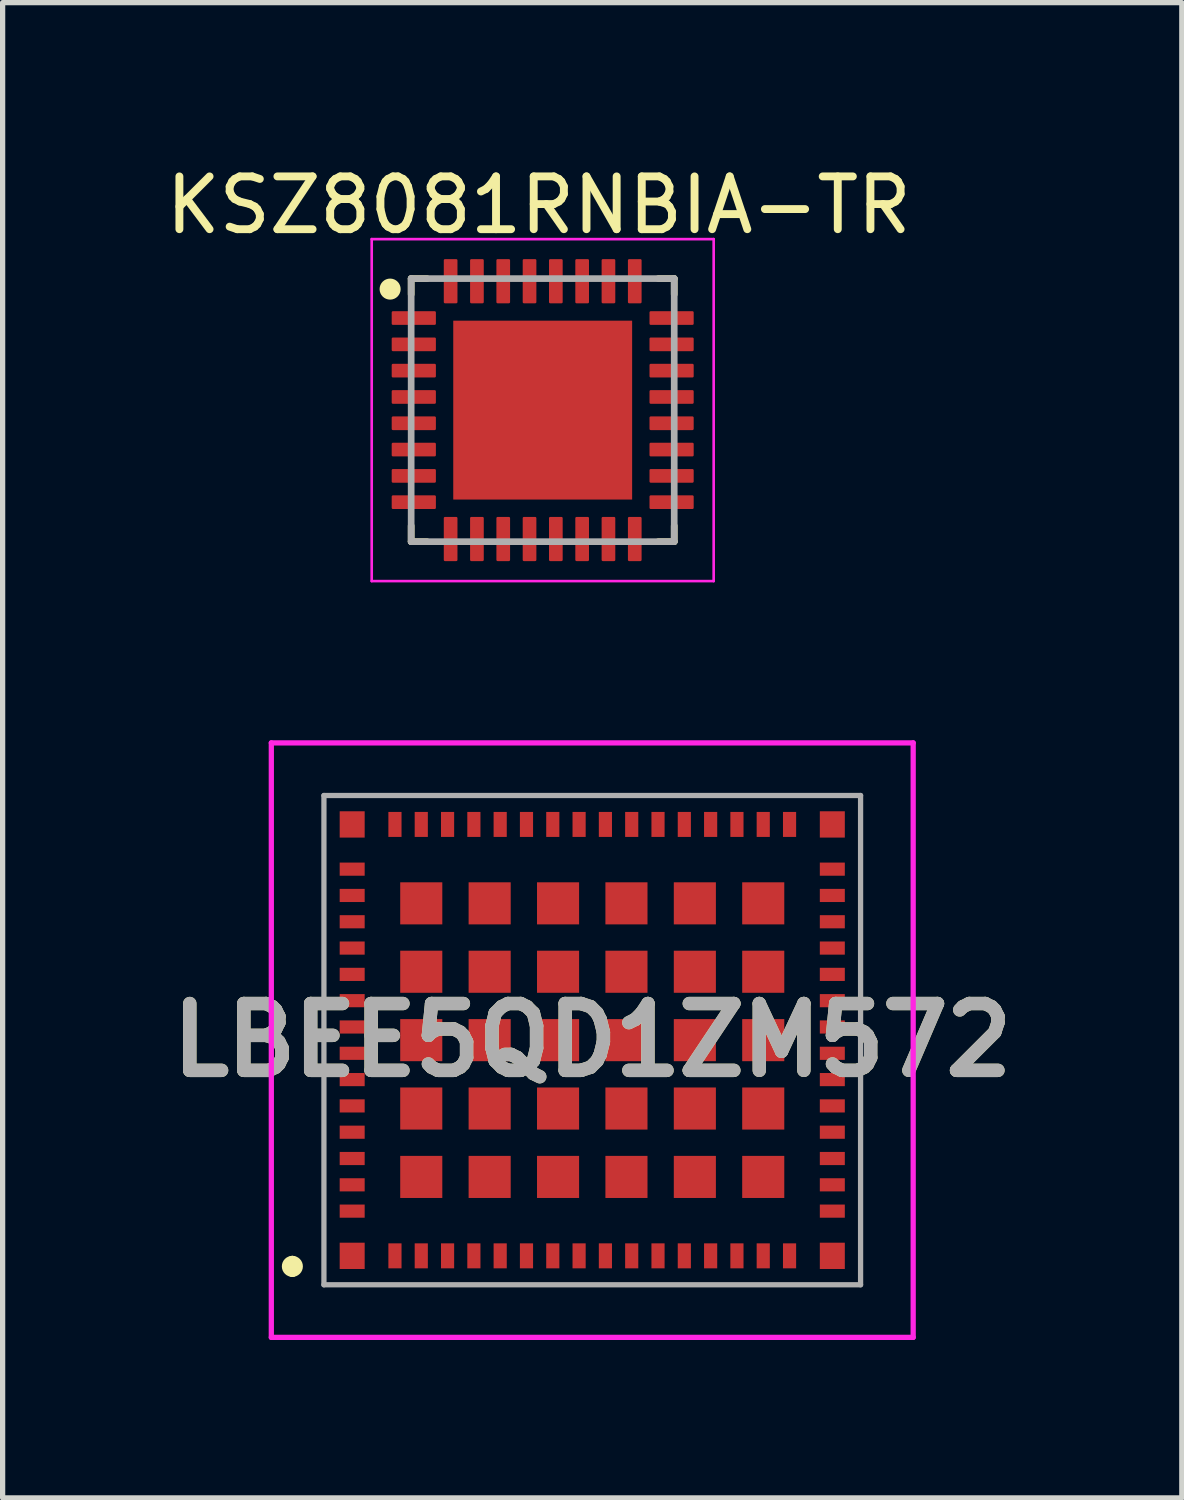
<source format=kicad_pcb>
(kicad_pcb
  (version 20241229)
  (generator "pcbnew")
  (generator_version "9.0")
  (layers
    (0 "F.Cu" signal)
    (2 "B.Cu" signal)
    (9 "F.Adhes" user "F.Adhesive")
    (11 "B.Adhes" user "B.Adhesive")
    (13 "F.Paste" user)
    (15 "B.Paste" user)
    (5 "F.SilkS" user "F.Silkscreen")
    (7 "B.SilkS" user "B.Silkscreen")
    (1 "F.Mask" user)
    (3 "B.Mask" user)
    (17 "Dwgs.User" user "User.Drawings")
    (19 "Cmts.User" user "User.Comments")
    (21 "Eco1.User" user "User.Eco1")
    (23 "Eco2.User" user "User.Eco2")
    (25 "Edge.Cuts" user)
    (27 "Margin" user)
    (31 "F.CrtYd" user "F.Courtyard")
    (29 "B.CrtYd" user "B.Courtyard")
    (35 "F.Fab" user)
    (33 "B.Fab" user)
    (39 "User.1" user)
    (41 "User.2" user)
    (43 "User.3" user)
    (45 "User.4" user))
  (footprint "KSZ8081RNBIA-TR"
    (layer "F.Cu")
    (at 7.265 4.745)
    (property "Reference" "KSZ8081RNBIA-TR" (at -0.075 -3.895 0) (layer "F.SilkS") (effects (font (size 1.003 1.003) (thickness 0.15))))
    (attr smd)
    (fp_line (start -2.5 -2.5) (end -2.5 -2.2) (stroke (width 0.127) (type solid)) (layer "F.SilkS"))
    (fp_line (start -2.5 2.2) (end -2.5 2.5) (stroke (width 0.127) (type solid)) (layer "F.SilkS"))
    (fp_line (start -2.5 2.5) (end -2.2 2.5) (stroke (width 0.127) (type solid)) (layer "F.SilkS"))
    (fp_line (start -2.2 -2.5) (end -2.5 -2.5) (stroke (width 0.127) (type solid)) (layer "F.SilkS"))
    (fp_line (start 2.2 -2.5) (end 2.5 -2.5) (stroke (width 0.127) (type solid)) (layer "F.SilkS"))
    (fp_line (start 2.2 2.5) (end 2.5 2.5) (stroke (width 0.127) (type solid)) (layer "F.SilkS"))
    (fp_line (start 2.5 -2.5) (end 2.5 -2.2) (stroke (width 0.127) (type solid)) (layer "F.SilkS"))
    (fp_line (start 2.5 2.5) (end 2.5 2.2) (stroke (width 0.127) (type solid)) (layer "F.SilkS"))
    (fp_circle (center -2.9 -2.3) (end -2.8 -2.3) (stroke (width 0.2) (type solid)) (fill no) (layer "F.SilkS"))
    (fp_poly (pts (xy -1.507 -1.505) (xy -0.635 -1.505) (xy -0.635 -0.636) (xy -1.507 -0.636)) (stroke (width 0.01) (type solid)) (fill yes) (layer "F.Paste"))
    (fp_poly (pts (xy -1.507 -0.435) (xy -0.635 -0.435) (xy -0.635 0.436) (xy -1.507 0.436)) (stroke (width 0.01) (type solid)) (fill yes) (layer "F.Paste"))
    (fp_poly (pts (xy -1.507 0.635) (xy -0.635 0.635) (xy -0.635 1.507) (xy -1.507 1.507)) (stroke (width 0.01) (type solid)) (fill yes) (layer "F.Paste"))
    (fp_poly (pts (xy -0.436 -0.435) (xy 0.435 -0.435) (xy 0.435 0.436) (xy -0.436 0.436)) (stroke (width 0.01) (type solid)) (fill yes) (layer "F.Paste"))
    (fp_poly (pts (xy -0.435 -1.505) (xy 0.435 -1.505) (xy 0.435 -0.636) (xy -0.435 -0.636)) (stroke (width 0.01) (type solid)) (fill yes) (layer "F.Paste"))
    (fp_poly (pts (xy -0.435 0.635) (xy 0.435 0.635) (xy 0.435 1.506) (xy -0.435 1.506)) (stroke (width 0.01) (type solid)) (fill yes) (layer "F.Paste"))
    (fp_poly (pts (xy 0.635 -0.435) (xy 1.505 -0.435) (xy 1.505 0.435) (xy 0.635 0.435)) (stroke (width 0.01) (type solid)) (fill yes) (layer "F.Paste"))
    (fp_poly (pts (xy 0.636 0.635) (xy 1.505 0.635) (xy 1.505 1.507) (xy 0.636 1.507)) (stroke (width 0.01) (type solid)) (fill yes) (layer "F.Paste"))
    (fp_poly (pts (xy 0.636 -1.505) (xy 1.505 -1.505) (xy 1.505 -0.636) (xy 0.636 -0.636)) (stroke (width 0.01) (type solid)) (fill yes) (layer "F.Paste"))
    (fp_line (start -3.25 -3.25) (end 3.25 -3.25) (stroke (width 0.05) (type solid)) (layer "F.CrtYd"))
    (fp_line (start -3.25 3.25) (end -3.25 -3.25) (stroke (width 0.05) (type solid)) (layer "F.CrtYd"))
    (fp_line (start 3.25 -3.25) (end 3.25 3.25) (stroke (width 0.05) (type solid)) (layer "F.CrtYd"))
    (fp_line (start 3.25 3.25) (end -3.25 3.25) (stroke (width 0.05) (type solid)) (layer "F.CrtYd"))
    (fp_line (start -2.5 -2.5) (end 2.5 -2.5) (stroke (width 0.127) (type solid)) (layer "F.Fab"))
    (fp_line (start -2.5 2.5) (end -2.5 -2.5) (stroke (width 0.127) (type solid)) (layer "F.Fab"))
    (fp_line (start 2.5 -2.5) (end 2.5 2.5) (stroke (width 0.127) (type solid)) (layer "F.Fab"))
    (fp_line (start 2.5 2.5) (end -2.5 2.5) (stroke (width 0.127) (type solid)) (layer "F.Fab"))
    (pad "1" smd roundrect (at -2.45 -1.75) (size 0.84 0.26) (layers "F.Cu" "F.Mask" "F.Paste") (roundrect_rratio 0.09))
    (pad "2" smd roundrect (at -2.45 -1.25) (size 0.84 0.26) (layers "F.Cu" "F.Mask" "F.Paste") (roundrect_rratio 0.09))
    (pad "3" smd roundrect (at -2.45 -0.75) (size 0.84 0.26) (layers "F.Cu" "F.Mask" "F.Paste") (roundrect_rratio 0.09))
    (pad "4" smd roundrect (at -2.45 -0.25) (size 0.84 0.26) (layers "F.Cu" "F.Mask" "F.Paste") (roundrect_rratio 0.09))
    (pad "5" smd roundrect (at -2.45 0.25) (size 0.84 0.26) (layers "F.Cu" "F.Mask" "F.Paste") (roundrect_rratio 0.09))
    (pad "6" smd roundrect (at -2.45 0.75) (size 0.84 0.26) (layers "F.Cu" "F.Mask" "F.Paste") (roundrect_rratio 0.09))
    (pad "7" smd roundrect (at -2.45 1.25) (size 0.84 0.26) (layers "F.Cu" "F.Mask" "F.Paste") (roundrect_rratio 0.09))
    (pad "8" smd roundrect (at -2.45 1.75) (size 0.84 0.26) (layers "F.Cu" "F.Mask" "F.Paste") (roundrect_rratio 0.09))
    (pad "9" smd roundrect (at -1.75 2.45 90) (size 0.84 0.26) (layers "F.Cu" "F.Mask" "F.Paste") (roundrect_rratio 0.09))
    (pad "10" smd roundrect (at -1.25 2.45 90) (size 0.84 0.26) (layers "F.Cu" "F.Mask" "F.Paste") (roundrect_rratio 0.09))
    (pad "11" smd roundrect (at -0.75 2.45 90) (size 0.84 0.26) (layers "F.Cu" "F.Mask" "F.Paste") (roundrect_rratio 0.09))
    (pad "12" smd roundrect (at -0.25 2.45 90) (size 0.84 0.26) (layers "F.Cu" "F.Mask" "F.Paste") (roundrect_rratio 0.09))
    (pad "13" smd roundrect (at 0.25 2.45 90) (size 0.84 0.26) (layers "F.Cu" "F.Mask" "F.Paste") (roundrect_rratio 0.09))
    (pad "14" smd roundrect (at 0.75 2.45 90) (size 0.84 0.26) (layers "F.Cu" "F.Mask" "F.Paste") (roundrect_rratio 0.09))
    (pad "15" smd roundrect (at 1.25 2.45 90) (size 0.84 0.26) (layers "F.Cu" "F.Mask" "F.Paste") (roundrect_rratio 0.09))
    (pad "16" smd roundrect (at 1.75 2.45 90) (size 0.84 0.26) (layers "F.Cu" "F.Mask" "F.Paste") (roundrect_rratio 0.09))
    (pad "17" smd roundrect (at 2.45 1.75 180) (size 0.84 0.26) (layers "F.Cu" "F.Mask" "F.Paste") (roundrect_rratio 0.09))
    (pad "18" smd roundrect (at 2.45 1.25 180) (size 0.84 0.26) (layers "F.Cu" "F.Mask" "F.Paste") (roundrect_rratio 0.09))
    (pad "19" smd roundrect (at 2.45 0.75 180) (size 0.84 0.26) (layers "F.Cu" "F.Mask" "F.Paste") (roundrect_rratio 0.09))
    (pad "20" smd roundrect (at 2.45 0.25 180) (size 0.84 0.26) (layers "F.Cu" "F.Mask" "F.Paste") (roundrect_rratio 0.09))
    (pad "21" smd roundrect (at 2.45 -0.25 180) (size 0.84 0.26) (layers "F.Cu" "F.Mask" "F.Paste") (roundrect_rratio 0.09))
    (pad "22" smd roundrect (at 2.45 -0.75 180) (size 0.84 0.26) (layers "F.Cu" "F.Mask" "F.Paste") (roundrect_rratio 0.09))
    (pad "23" smd roundrect (at 2.45 -1.25 180) (size 0.84 0.26) (layers "F.Cu" "F.Mask" "F.Paste") (roundrect_rratio 0.09))
    (pad "24" smd roundrect (at 2.45 -1.75 180) (size 0.84 0.26) (layers "F.Cu" "F.Mask" "F.Paste") (roundrect_rratio 0.09))
    (pad "25" smd roundrect (at 1.75 -2.45 270) (size 0.84 0.26) (layers "F.Cu" "F.Mask" "F.Paste") (roundrect_rratio 0.09))
    (pad "26" smd roundrect (at 1.25 -2.45 270) (size 0.84 0.26) (layers "F.Cu" "F.Mask" "F.Paste") (roundrect_rratio 0.09))
    (pad "27" smd roundrect (at 0.75 -2.45 270) (size 0.84 0.26) (layers "F.Cu" "F.Mask" "F.Paste") (roundrect_rratio 0.09))
    (pad "28" smd roundrect (at 0.25 -2.45 270) (size 0.84 0.26) (layers "F.Cu" "F.Mask" "F.Paste") (roundrect_rratio 0.09))
    (pad "29" smd roundrect (at -0.25 -2.45 270) (size 0.84 0.26) (layers "F.Cu" "F.Mask" "F.Paste") (roundrect_rratio 0.09))
    (pad "30" smd roundrect (at -0.75 -2.45 270) (size 0.84 0.26) (layers "F.Cu" "F.Mask" "F.Paste") (roundrect_rratio 0.09))
    (pad "31" smd roundrect (at -1.25 -2.45 270) (size 0.84 0.26) (layers "F.Cu" "F.Mask" "F.Paste") (roundrect_rratio 0.09))
    (pad "32" smd roundrect (at -1.75 -2.45 270) (size 0.84 0.26) (layers "F.Cu" "F.Mask" "F.Paste") (roundrect_rratio 0.09))
    (pad "33" smd rect (at 0 0) (size 3.4 3.4) (layers "F.Cu" "F.Mask")))
  (footprint "LBEE5QD1ZM572"
    (layer "F.Cu")
    (at 8.207 16.72)
    (property "Reference" "LBEE5QD1ZM572" (at 0 0 0) (layer "F.SilkS") (effects (font (size 1.27 1.27) (thickness 0.254))))
    (attr smd)
    (fp_line (start -5.7 4.2) (end -5.7 4.2) (stroke (width 0.2) (type solid)) (layer "F.SilkS"))
    (fp_line (start -5.7 4.4) (end -5.7 4.4) (stroke (width 0.2) (type solid)) (layer "F.SilkS"))
    (fp_arc (start -5.7 4.2) (mid -5.6 4.3) (end -5.7 4.4) (stroke (width 0.2) (type solid)) (layer "F.SilkS"))
    (fp_arc (start -5.7 4.4) (mid -5.8 4.3) (end -5.7 4.2) (stroke (width 0.2) (type solid)) (layer "F.SilkS"))
    (fp_line (start -6.1 -5.65) (end 6.1 -5.65) (stroke (width 0.1) (type solid)) (layer "F.CrtYd"))
    (fp_line (start -6.1 5.65) (end -6.1 -5.65) (stroke (width 0.1) (type solid)) (layer "F.CrtYd"))
    (fp_line (start 6.1 -5.65) (end 6.1 5.65) (stroke (width 0.1) (type solid)) (layer "F.CrtYd"))
    (fp_line (start 6.1 5.65) (end -6.1 5.65) (stroke (width 0.1) (type solid)) (layer "F.CrtYd"))
    (fp_line (start -5.1 -4.65) (end 5.1 -4.65) (stroke (width 0.1) (type solid)) (layer "F.Fab"))
    (fp_line (start -5.1 4.65) (end -5.1 -4.65) (stroke (width 0.1) (type solid)) (layer "F.Fab"))
    (fp_line (start 5.1 -4.65) (end 5.1 4.65) (stroke (width 0.1) (type solid)) (layer "F.Fab"))
    (fp_line (start 5.1 4.65) (end -5.1 4.65) (stroke (width 0.1) (type solid)) (layer "F.Fab"))
    (fp_text user "${REFERENCE}" (at 0 0 0) (layer "F.Fab") (effects (font (size 1.27 1.27) (thickness 0.254))))
    (pad "1" smd rect (at -4.563 4.1) (size 0.475 0.5) (layers "F.Cu" "F.Mask" "F.Paste"))
    (pad "2" smd rect (at -3.75 4.1) (size 0.25 0.475) (layers "F.Cu" "F.Mask" "F.Paste"))
    (pad "3" smd rect (at -3.25 4.1) (size 0.25 0.475) (layers "F.Cu" "F.Mask" "F.Paste"))
    (pad "4" smd rect (at -2.75 4.1) (size 0.25 0.475) (layers "F.Cu" "F.Mask" "F.Paste"))
    (pad "5" smd rect (at -2.25 4.1) (size 0.25 0.475) (layers "F.Cu" "F.Mask" "F.Paste"))
    (pad "6" smd rect (at -1.75 4.1) (size 0.25 0.475) (layers "F.Cu" "F.Mask" "F.Paste"))
    (pad "7" smd rect (at -1.25 4.1) (size 0.25 0.475) (layers "F.Cu" "F.Mask" "F.Paste"))
    (pad "8" smd rect (at -0.75 4.1) (size 0.25 0.475) (layers "F.Cu" "F.Mask" "F.Paste"))
    (pad "9" smd rect (at -0.25 4.1) (size 0.25 0.475) (layers "F.Cu" "F.Mask" "F.Paste"))
    (pad "10" smd rect (at 0.25 4.1) (size 0.25 0.475) (layers "F.Cu" "F.Mask" "F.Paste"))
    (pad "11" smd rect (at 0.75 4.1) (size 0.25 0.475) (layers "F.Cu" "F.Mask" "F.Paste"))
    (pad "12" smd rect (at 1.25 4.1) (size 0.25 0.475) (layers "F.Cu" "F.Mask" "F.Paste"))
    (pad "13" smd rect (at 1.75 4.1) (size 0.25 0.475) (layers "F.Cu" "F.Mask" "F.Paste"))
    (pad "14" smd rect (at 2.25 4.1) (size 0.25 0.475) (layers "F.Cu" "F.Mask" "F.Paste"))
    (pad "15" smd rect (at 2.75 4.1) (size 0.25 0.475) (layers "F.Cu" "F.Mask" "F.Paste"))
    (pad "16" smd rect (at 3.25 4.1) (size 0.25 0.475) (layers "F.Cu" "F.Mask" "F.Paste"))
    (pad "17" smd rect (at 3.75 4.1) (size 0.25 0.475) (layers "F.Cu" "F.Mask" "F.Paste"))
    (pad "18" smd rect (at 4.563 4.1) (size 0.475 0.5) (layers "F.Cu" "F.Mask" "F.Paste"))
    (pad "19" smd rect (at 4.563 3.25 90) (size 0.25 0.475) (layers "F.Cu" "F.Mask" "F.Paste"))
    (pad "20" smd rect (at 4.563 2.75 90) (size 0.25 0.475) (layers "F.Cu" "F.Mask" "F.Paste"))
    (pad "21" smd rect (at 4.563 2.25 90) (size 0.25 0.475) (layers "F.Cu" "F.Mask" "F.Paste"))
    (pad "22" smd rect (at 4.563 1.75 90) (size 0.25 0.475) (layers "F.Cu" "F.Mask" "F.Paste"))
    (pad "23" smd rect (at 4.563 1.25 90) (size 0.25 0.475) (layers "F.Cu" "F.Mask" "F.Paste"))
    (pad "24" smd rect (at 4.563 0.75 90) (size 0.25 0.475) (layers "F.Cu" "F.Mask" "F.Paste"))
    (pad "25" smd rect (at 4.563 0.25 90) (size 0.25 0.475) (layers "F.Cu" "F.Mask" "F.Paste"))
    (pad "26" smd rect (at 4.563 -0.25 90) (size 0.25 0.475) (layers "F.Cu" "F.Mask" "F.Paste"))
    (pad "27" smd rect (at 4.563 -0.75 90) (size 0.25 0.475) (layers "F.Cu" "F.Mask" "F.Paste"))
    (pad "28" smd rect (at 4.563 -1.25 90) (size 0.25 0.475) (layers "F.Cu" "F.Mask" "F.Paste"))
    (pad "29" smd rect (at 4.563 -1.75 90) (size 0.25 0.475) (layers "F.Cu" "F.Mask" "F.Paste"))
    (pad "30" smd rect (at 4.563 -2.25 90) (size 0.25 0.475) (layers "F.Cu" "F.Mask" "F.Paste"))
    (pad "31" smd rect (at 4.563 -2.75 90) (size 0.25 0.475) (layers "F.Cu" "F.Mask" "F.Paste"))
    (pad "32" smd rect (at 4.563 -3.25 90) (size 0.25 0.475) (layers "F.Cu" "F.Mask" "F.Paste"))
    (pad "33" smd rect (at 4.563 -4.1) (size 0.475 0.5) (layers "F.Cu" "F.Mask" "F.Paste"))
    (pad "34" smd rect (at 3.75 -4.1) (size 0.25 0.475) (layers "F.Cu" "F.Mask" "F.Paste"))
    (pad "35" smd rect (at 3.25 -4.1) (size 0.25 0.475) (layers "F.Cu" "F.Mask" "F.Paste"))
    (pad "36" smd rect (at 2.75 -4.1) (size 0.25 0.475) (layers "F.Cu" "F.Mask" "F.Paste"))
    (pad "37" smd rect (at 2.25 -4.1) (size 0.25 0.475) (layers "F.Cu" "F.Mask" "F.Paste"))
    (pad "38" smd rect (at 1.75 -4.1) (size 0.25 0.475) (layers "F.Cu" "F.Mask" "F.Paste"))
    (pad "39" smd rect (at 1.25 -4.1) (size 0.25 0.475) (layers "F.Cu" "F.Mask" "F.Paste"))
    (pad "40" smd rect (at 0.75 -4.1) (size 0.25 0.475) (layers "F.Cu" "F.Mask" "F.Paste"))
    (pad "41" smd rect (at 0.25 -4.1) (size 0.25 0.475) (layers "F.Cu" "F.Mask" "F.Paste"))
    (pad "42" smd rect (at -0.25 -4.1) (size 0.25 0.475) (layers "F.Cu" "F.Mask" "F.Paste"))
    (pad "43" smd rect (at -0.75 -4.1) (size 0.25 0.475) (layers "F.Cu" "F.Mask" "F.Paste"))
    (pad "44" smd rect (at -1.25 -4.1) (size 0.25 0.475) (layers "F.Cu" "F.Mask" "F.Paste"))
    (pad "45" smd rect (at -1.75 -4.1) (size 0.25 0.475) (layers "F.Cu" "F.Mask" "F.Paste"))
    (pad "46" smd rect (at -2.25 -4.1) (size 0.25 0.475) (layers "F.Cu" "F.Mask" "F.Paste"))
    (pad "47" smd rect (at -2.75 -4.1) (size 0.25 0.475) (layers "F.Cu" "F.Mask" "F.Paste"))
    (pad "48" smd rect (at -3.25 -4.1) (size 0.25 0.475) (layers "F.Cu" "F.Mask" "F.Paste"))
    (pad "49" smd rect (at -3.75 -4.1) (size 0.25 0.475) (layers "F.Cu" "F.Mask" "F.Paste"))
    (pad "50" smd rect (at -4.563 -4.1) (size 0.475 0.5) (layers "F.Cu" "F.Mask" "F.Paste"))
    (pad "51" smd rect (at -4.563 -3.25 90) (size 0.25 0.475) (layers "F.Cu" "F.Mask" "F.Paste"))
    (pad "52" smd rect (at -4.563 -2.75 90) (size 0.25 0.475) (layers "F.Cu" "F.Mask" "F.Paste"))
    (pad "53" smd rect (at -4.563 -2.25 90) (size 0.25 0.475) (layers "F.Cu" "F.Mask" "F.Paste"))
    (pad "54" smd rect (at -4.563 -1.75 90) (size 0.25 0.475) (layers "F.Cu" "F.Mask" "F.Paste"))
    (pad "55" smd rect (at -4.563 -1.25 90) (size 0.25 0.475) (layers "F.Cu" "F.Mask" "F.Paste"))
    (pad "56" smd rect (at -4.563 -0.75 90) (size 0.25 0.475) (layers "F.Cu" "F.Mask" "F.Paste"))
    (pad "57" smd rect (at -4.563 -0.25 90) (size 0.25 0.475) (layers "F.Cu" "F.Mask" "F.Paste"))
    (pad "58" smd rect (at -4.563 0.25 90) (size 0.25 0.475) (layers "F.Cu" "F.Mask" "F.Paste"))
    (pad "59" smd rect (at -4.563 0.75 90) (size 0.25 0.475) (layers "F.Cu" "F.Mask" "F.Paste"))
    (pad "60" smd rect (at -4.563 1.25 90) (size 0.25 0.475) (layers "F.Cu" "F.Mask" "F.Paste"))
    (pad "61" smd rect (at -4.563 1.75 90) (size 0.25 0.475) (layers "F.Cu" "F.Mask" "F.Paste"))
    (pad "62" smd rect (at -4.563 2.25 90) (size 0.25 0.475) (layers "F.Cu" "F.Mask" "F.Paste"))
    (pad "63" smd rect (at -4.563 2.75 90) (size 0.25 0.475) (layers "F.Cu" "F.Mask" "F.Paste"))
    (pad "64" smd rect (at -4.563 3.25 90) (size 0.25 0.475) (layers "F.Cu" "F.Mask" "F.Paste"))
    (pad "65" smd rect (at -3.25 2.6) (size 0.8 0.8) (layers "F.Cu" "F.Mask" "F.Paste"))
    (pad "66" smd rect (at -1.95 2.6) (size 0.8 0.8) (layers "F.Cu" "F.Mask" "F.Paste"))
    (pad "67" smd rect (at -0.65 2.6) (size 0.8 0.8) (layers "F.Cu" "F.Mask" "F.Paste"))
    (pad "68" smd rect (at 0.65 2.6) (size 0.8 0.8) (layers "F.Cu" "F.Mask" "F.Paste"))
    (pad "69" smd rect (at 1.95 2.6) (size 0.8 0.8) (layers "F.Cu" "F.Mask" "F.Paste"))
    (pad "70" smd rect (at 3.25 2.6) (size 0.8 0.8) (layers "F.Cu" "F.Mask" "F.Paste"))
    (pad "71" smd rect (at 3.25 1.3) (size 0.8 0.8) (layers "F.Cu" "F.Mask" "F.Paste"))
    (pad "72" smd rect (at 3.25 0) (size 0.8 0.8) (layers "F.Cu" "F.Mask" "F.Paste"))
    (pad "73" smd rect (at 3.25 -1.3) (size 0.8 0.8) (layers "F.Cu" "F.Mask" "F.Paste"))
    (pad "74" smd rect (at 3.25 -2.6) (size 0.8 0.8) (layers "F.Cu" "F.Mask" "F.Paste"))
    (pad "75" smd rect (at 1.95 -2.6) (size 0.8 0.8) (layers "F.Cu" "F.Mask" "F.Paste"))
    (pad "76" smd rect (at 0.65 -2.6) (size 0.8 0.8) (layers "F.Cu" "F.Mask" "F.Paste"))
    (pad "77" smd rect (at -0.65 -2.6) (size 0.8 0.8) (layers "F.Cu" "F.Mask" "F.Paste"))
    (pad "78" smd rect (at -1.95 -2.6) (size 0.8 0.8) (layers "F.Cu" "F.Mask" "F.Paste"))
    (pad "79" smd rect (at -3.25 -2.6) (size 0.8 0.8) (layers "F.Cu" "F.Mask" "F.Paste"))
    (pad "80" smd rect (at -3.25 -1.3) (size 0.8 0.8) (layers "F.Cu" "F.Mask" "F.Paste"))
    (pad "81" smd rect (at -3.25 0) (size 0.8 0.8) (layers "F.Cu" "F.Mask" "F.Paste"))
    (pad "82" smd rect (at -3.25 1.3) (size 0.8 0.8) (layers "F.Cu" "F.Mask" "F.Paste"))
    (pad "83" smd rect (at -1.95 1.3) (size 0.8 0.8) (layers "F.Cu" "F.Mask" "F.Paste"))
    (pad "84" smd rect (at -0.65 1.3) (size 0.8 0.8) (layers "F.Cu" "F.Mask" "F.Paste"))
    (pad "85" smd rect (at 0.65 1.3) (size 0.8 0.8) (layers "F.Cu" "F.Mask" "F.Paste"))
    (pad "86" smd rect (at 1.95 1.3) (size 0.8 0.8) (layers "F.Cu" "F.Mask" "F.Paste"))
    (pad "87" smd rect (at 1.95 0) (size 0.8 0.8) (layers "F.Cu" "F.Mask" "F.Paste"))
    (pad "88" smd rect (at 1.95 -1.3) (size 0.8 0.8) (layers "F.Cu" "F.Mask" "F.Paste"))
    (pad "89" smd rect (at 0.65 -1.3) (size 0.8 0.8) (layers "F.Cu" "F.Mask" "F.Paste"))
    (pad "90" smd rect (at -0.65 -1.3) (size 0.8 0.8) (layers "F.Cu" "F.Mask" "F.Paste"))
    (pad "91" smd rect (at -1.95 -1.3) (size 0.8 0.8) (layers "F.Cu" "F.Mask" "F.Paste"))
    (pad "92" smd rect (at -1.95 0) (size 0.8 0.8) (layers "F.Cu" "F.Mask" "F.Paste"))
    (pad "93" smd rect (at -0.65 0) (size 0.8 0.8) (layers "F.Cu" "F.Mask" "F.Paste"))
    (pad "94" smd rect (at 0.65 0) (size 0.8 0.8) (layers "F.Cu" "F.Mask" "F.Paste")))
  (gr_rect
    (start -3 -3)
    (end 19.413 25.42)
    (stroke (width 0.1) (type default))
    (fill no)
    (layer "Edge.Cuts")))
</source>
